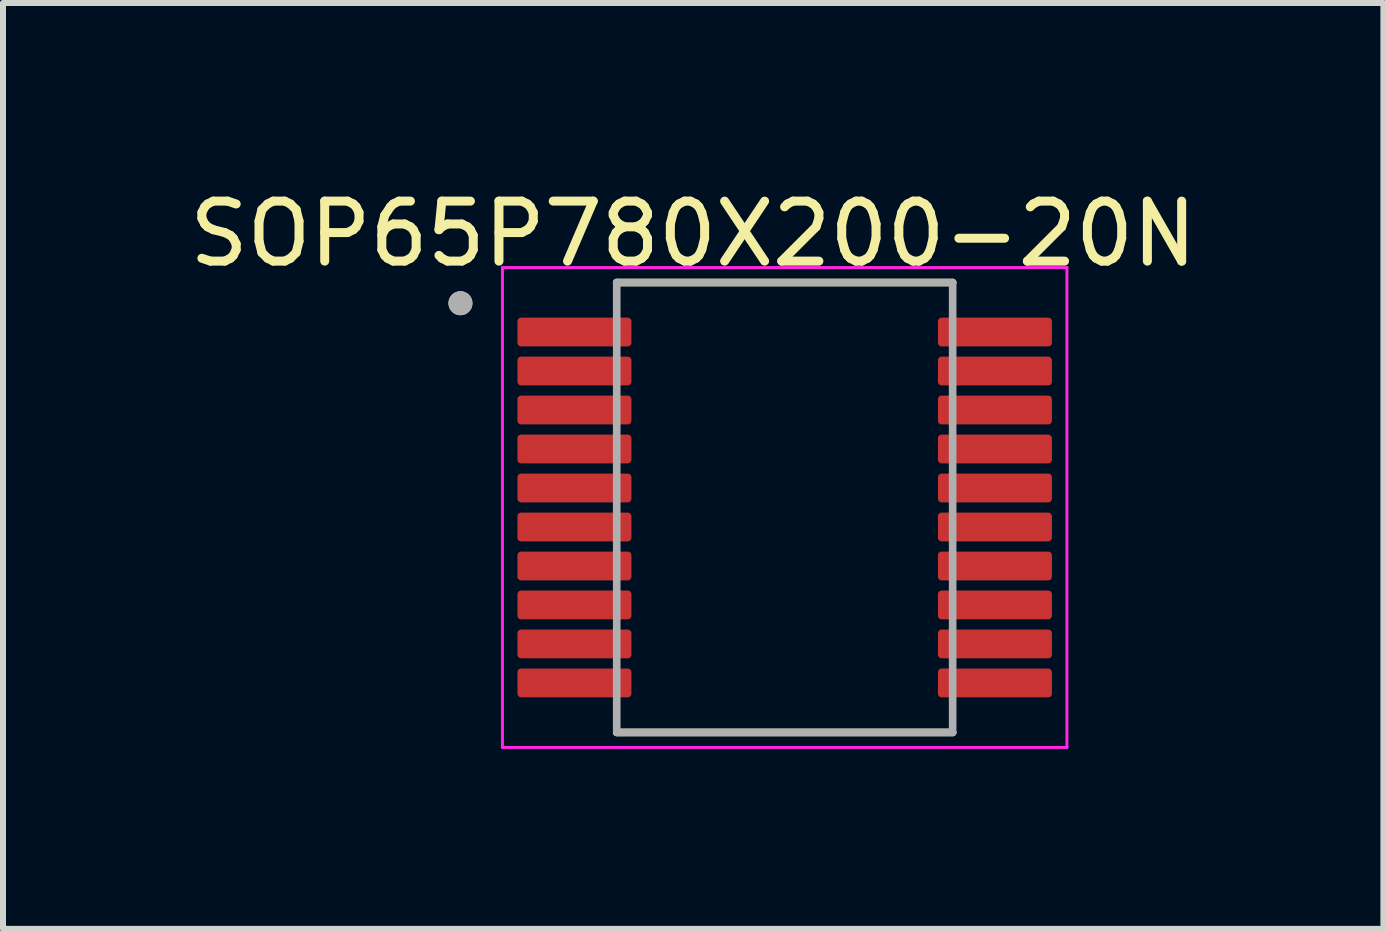
<source format=kicad_pcb>
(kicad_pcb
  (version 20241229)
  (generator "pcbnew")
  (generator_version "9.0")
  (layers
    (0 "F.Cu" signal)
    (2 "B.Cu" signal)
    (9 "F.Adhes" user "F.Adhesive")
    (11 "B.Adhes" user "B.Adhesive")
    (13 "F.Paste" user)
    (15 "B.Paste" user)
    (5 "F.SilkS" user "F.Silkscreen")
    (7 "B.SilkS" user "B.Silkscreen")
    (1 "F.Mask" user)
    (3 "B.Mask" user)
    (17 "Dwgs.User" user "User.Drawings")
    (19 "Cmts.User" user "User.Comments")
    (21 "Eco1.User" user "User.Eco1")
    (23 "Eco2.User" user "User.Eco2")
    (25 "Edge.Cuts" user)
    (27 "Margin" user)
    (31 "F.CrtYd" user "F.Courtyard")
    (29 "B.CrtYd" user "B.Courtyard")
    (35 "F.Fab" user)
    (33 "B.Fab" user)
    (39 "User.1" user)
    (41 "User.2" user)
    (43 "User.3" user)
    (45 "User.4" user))
  (footprint "SOP65P780X200-20N"
    (layer "F.Cu")
    (at 10.031 5.41)
    (property "Reference" "SOP65P780X200-20N" (at -1.525 -4.562 0) (layer "F.SilkS") (effects (font (size 1 1) (thickness 0.15))))
    (attr smd)
    (fp_line (start -2.8 -3.75) (end 2.8 -3.75) (stroke (width 0.127) (type solid)) (layer "F.SilkS"))
    (fp_line (start -2.8 3.75) (end 2.8 3.75) (stroke (width 0.127) (type solid)) (layer "F.SilkS"))
    (fp_circle (center -5.405 -3.405) (end -5.305 -3.405) (stroke (width 0.2) (type solid)) (fill no) (layer "F.SilkS"))
    (fp_line (start -4.705 -4) (end -4.705 4) (stroke (width 0.05) (type solid)) (layer "F.CrtYd"))
    (fp_line (start -4.705 -4) (end 4.705 -4) (stroke (width 0.05) (type solid)) (layer "F.CrtYd"))
    (fp_line (start -4.705 4) (end 4.705 4) (stroke (width 0.05) (type solid)) (layer "F.CrtYd"))
    (fp_line (start 4.705 -4) (end 4.705 4) (stroke (width 0.05) (type solid)) (layer "F.CrtYd"))
    (fp_line (start -2.8 -3.75) (end -2.8 3.75) (stroke (width 0.127) (type solid)) (layer "F.Fab"))
    (fp_line (start -2.8 -3.75) (end 2.8 -3.75) (stroke (width 0.127) (type solid)) (layer "F.Fab"))
    (fp_line (start -2.8 3.75) (end 2.8 3.75) (stroke (width 0.127) (type solid)) (layer "F.Fab"))
    (fp_line (start 2.8 -3.75) (end 2.8 3.75) (stroke (width 0.127) (type solid)) (layer "F.Fab"))
    (fp_circle (center -5.405 -3.405) (end -5.305 -3.405) (stroke (width 0.2) (type solid)) (fill no) (layer "F.Fab"))
    (pad "1" smd roundrect (at -3.505 -2.925) (size 1.9 0.48) (layers "F.Cu" "F.Mask" "F.Paste") (roundrect_rratio 0.125))
    (pad "2" smd roundrect (at -3.505 -2.275) (size 1.9 0.48) (layers "F.Cu" "F.Mask" "F.Paste") (roundrect_rratio 0.125))
    (pad "3" smd roundrect (at -3.505 -1.625) (size 1.9 0.48) (layers "F.Cu" "F.Mask" "F.Paste") (roundrect_rratio 0.125))
    (pad "4" smd roundrect (at -3.505 -0.975) (size 1.9 0.48) (layers "F.Cu" "F.Mask" "F.Paste") (roundrect_rratio 0.125))
    (pad "5" smd roundrect (at -3.505 -0.325) (size 1.9 0.48) (layers "F.Cu" "F.Mask" "F.Paste") (roundrect_rratio 0.125))
    (pad "6" smd roundrect (at -3.505 0.325) (size 1.9 0.48) (layers "F.Cu" "F.Mask" "F.Paste") (roundrect_rratio 0.125))
    (pad "7" smd roundrect (at -3.505 0.975) (size 1.9 0.48) (layers "F.Cu" "F.Mask" "F.Paste") (roundrect_rratio 0.125))
    (pad "8" smd roundrect (at -3.505 1.625) (size 1.9 0.48) (layers "F.Cu" "F.Mask" "F.Paste") (roundrect_rratio 0.125))
    (pad "9" smd roundrect (at -3.505 2.275) (size 1.9 0.48) (layers "F.Cu" "F.Mask" "F.Paste") (roundrect_rratio 0.125))
    (pad "10" smd roundrect (at -3.505 2.925) (size 1.9 0.48) (layers "F.Cu" "F.Mask" "F.Paste") (roundrect_rratio 0.125))
    (pad "11" smd roundrect (at 3.505 2.925) (size 1.9 0.48) (layers "F.Cu" "F.Mask" "F.Paste") (roundrect_rratio 0.125))
    (pad "12" smd roundrect (at 3.505 2.275) (size 1.9 0.48) (layers "F.Cu" "F.Mask" "F.Paste") (roundrect_rratio 0.125))
    (pad "13" smd roundrect (at 3.505 1.625) (size 1.9 0.48) (layers "F.Cu" "F.Mask" "F.Paste") (roundrect_rratio 0.125))
    (pad "14" smd roundrect (at 3.505 0.975) (size 1.9 0.48) (layers "F.Cu" "F.Mask" "F.Paste") (roundrect_rratio 0.125))
    (pad "15" smd roundrect (at 3.505 0.325) (size 1.9 0.48) (layers "F.Cu" "F.Mask" "F.Paste") (roundrect_rratio 0.125))
    (pad "16" smd roundrect (at 3.505 -0.325) (size 1.9 0.48) (layers "F.Cu" "F.Mask" "F.Paste") (roundrect_rratio 0.125))
    (pad "17" smd roundrect (at 3.505 -0.975) (size 1.9 0.48) (layers "F.Cu" "F.Mask" "F.Paste") (roundrect_rratio 0.125))
    (pad "18" smd roundrect (at 3.505 -1.625) (size 1.9 0.48) (layers "F.Cu" "F.Mask" "F.Paste") (roundrect_rratio 0.125))
    (pad "19" smd roundrect (at 3.505 -2.275) (size 1.9 0.48) (layers "F.Cu" "F.Mask" "F.Paste") (roundrect_rratio 0.125))
    (pad "20" smd roundrect (at 3.505 -2.925) (size 1.9 0.48) (layers "F.Cu" "F.Mask" "F.Paste") (roundrect_rratio 0.125)))
  (gr_rect
    (start -3 -3)
    (end 20.012 12.435)
    (stroke (width 0.1) (type default))
    (fill no)
    (layer "Edge.Cuts")))
</source>
